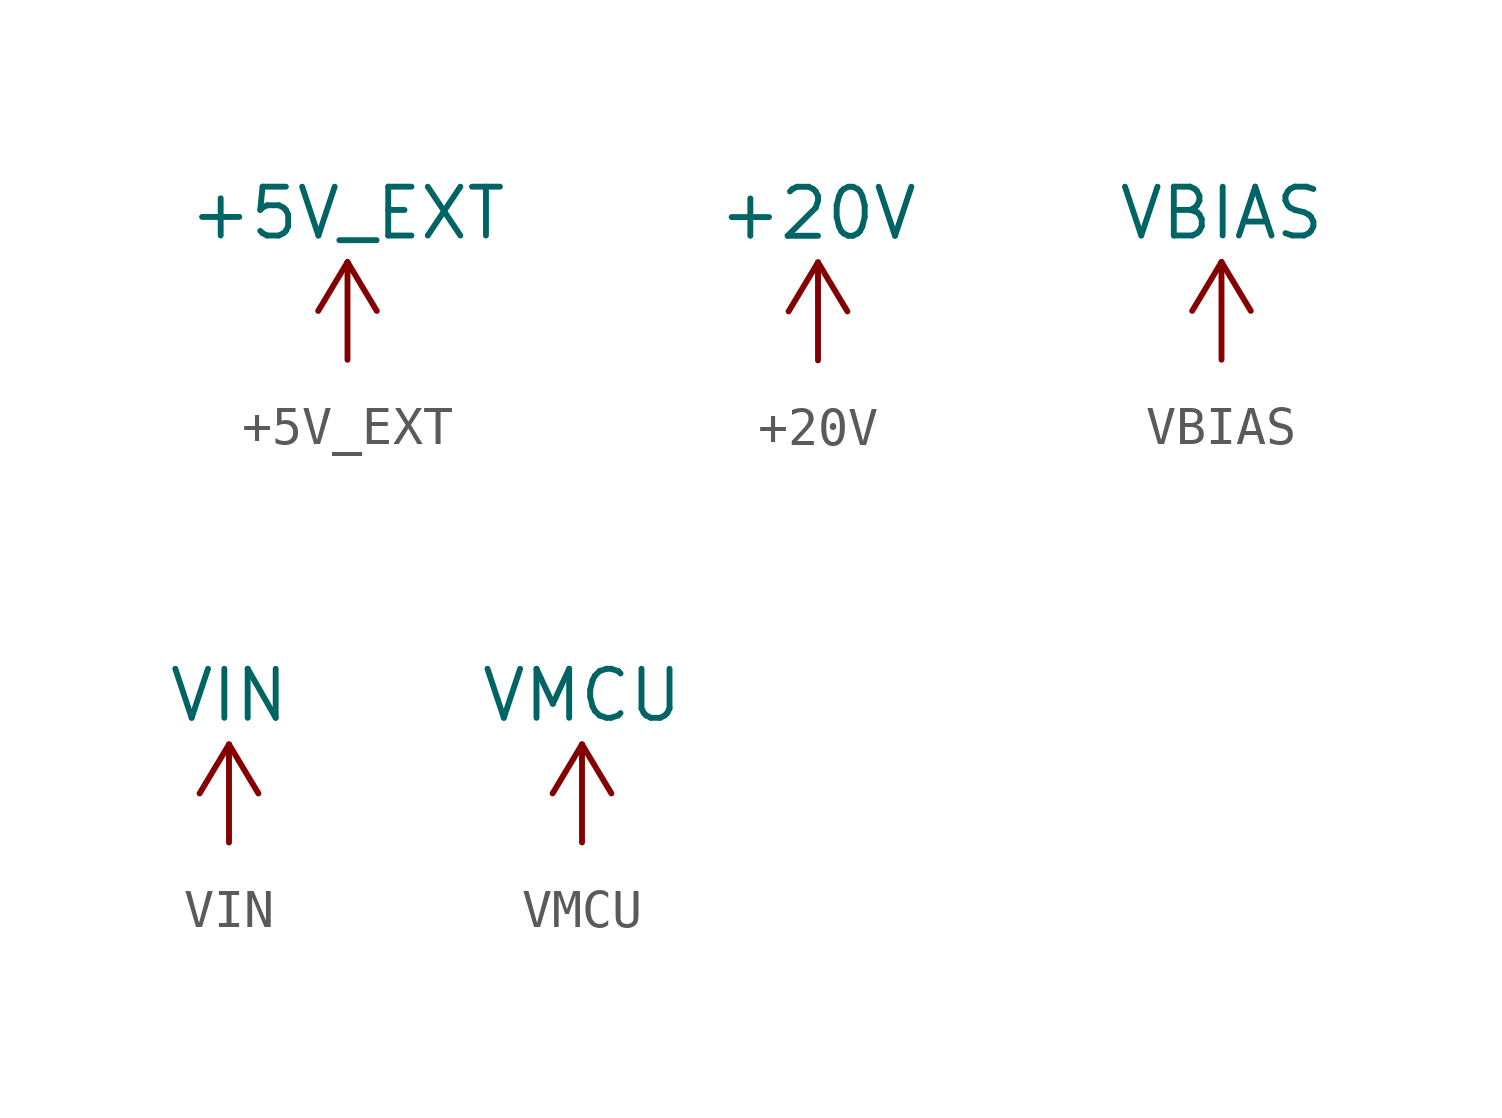
<source format=kicad_sym>
(kicad_symbol_lib
  (version 20220914)
  (generator kicad_symbol_editor)
  (symbol "+5V_EXT"
    (power)
    (pin_numbers hide)
    (property "Reference" "#PWR"
      (at -6.985 3.81 0)
      (effects (font (size 1.27 1.27)) hide))
    (property "Value" "+5V_EXT"
      (at 0 3.81 0)
      (effects (font (size 1.27 1.27))))
    (symbol "+5V_EXT_0_1"
      (polyline (pts (xy 0 0) (xy 0 2.54)) (stroke (width 0) (type default)) (fill (type none)))
      (polyline (pts (xy 0 2.54) (xy -0.762 1.27)) (stroke (width 0) (type default)) (fill (type none)))
      (polyline (pts (xy 0 2.54) (xy 0.762 1.27)) (stroke (width 0) (type default)) (fill (type none))))
    (symbol "+5V_EXT_1_1"
      (pin power_in line (at 0 0 90) (length 0) hide (name "+5V_EXT" (effects (font (size 1.27 1.27)))) (number "1" (effects (font (size 1.27 1.27)))))))
  (symbol "+20V"
    (power)
    (pin_numbers hide)
    (property "Reference" "#PWR"
      (at -6.985 3.81 0)
      (effects (font (size 1.27 1.27)) hide))
    (property "Value" "+20V"
      (at 0 3.81 0)
      (effects (font (size 1.27 1.27))))
    (symbol "+20V_0_1"
      (polyline (pts (xy 0 0) (xy 0 2.54)) (stroke (width 0) (type default)) (fill (type none)))
      (polyline (pts (xy 0 2.54) (xy -0.762 1.27)) (stroke (width 0) (type default)) (fill (type none)))
      (polyline (pts (xy 0 2.54) (xy 0.762 1.27)) (stroke (width 0) (type default)) (fill (type none))))
    (symbol "+20V_1_1"
      (pin power_in line (at 0 0 90) (length 0) hide (name "+20V" (effects (font (size 1.27 1.27)))) (number "1" (effects (font (size 1.27 1.27)))))))
  (symbol "VBIAS"
    (power)
    (pin_numbers hide)
    (property "Reference" "#PWR"
      (at -6.985 3.81 0)
      (effects (font (size 1.27 1.27)) hide))
    (property "Value" "VBIAS"
      (at 0 3.81 0)
      (effects (font (size 1.27 1.27))))
    (symbol "VBIAS_0_1"
      (polyline (pts (xy 0 0) (xy 0 2.54)) (stroke (width 0) (type default)) (fill (type none)))
      (polyline (pts (xy 0 2.54) (xy -0.762 1.27)) (stroke (width 0) (type default)) (fill (type none)))
      (polyline (pts (xy 0 2.54) (xy 0.762 1.27)) (stroke (width 0) (type default)) (fill (type none))))
    (symbol "VBIAS_1_1"
      (pin power_in line (at 0 0 90) (length 0) hide (name "VBIAS" (effects (font (size 1.27 1.27)))) (number "1" (effects (font (size 1.27 1.27)))))))
  (symbol "VIN"
    (power)
    (property "Reference" "#PWR"
      (at 3.81 -0.635 0)
      (effects (font (size 1.27 1.27)) hide))
    (property "Value" "VIN"
      (at 0 3.81 0)
      (effects (font (size 1.27 1.27))))
    (symbol "VIN_0_1"
      (polyline (pts (xy 0 0) (xy 0 2.54)) (stroke (width 0) (type default)) (fill (type none)))
      (polyline (pts (xy 0 2.54) (xy -0.762 1.27)) (stroke (width 0) (type default)) (fill (type none)))
      (polyline (pts (xy 0 2.54) (xy 0.762 1.27)) (stroke (width 0) (type default)) (fill (type none))))
    (symbol "VIN_1_1"
      (pin power_in line (at 0 0 90) (length 0) hide (name "VIN" (effects (font (size 1.27 1.27)))) (number "1" (effects (font (size 1.27 1.27)))))))
  (symbol "VMCU"
    (power)
    (property "Reference" "#PWR?"
      (at 5.08 -1.27 0)
      (effects (font (size 1.27 1.27)) hide))
    (property "Value" "VMCU"
      (at 0 3.81 0)
      (effects (font (size 1.27 1.27))))
    (symbol "VMCU_0_1"
      (polyline (pts (xy 0 0) (xy 0 2.54)) (stroke (width 0) (type default)) (fill (type none)))
      (polyline (pts (xy 0 2.54) (xy -0.762 1.27)) (stroke (width 0) (type default)) (fill (type none)))
      (polyline (pts (xy 0 2.54) (xy 0.762 1.27)) (stroke (width 0) (type default)) (fill (type none))))
    (symbol "VMCU_1_1"
      (pin power_in line (at 0 0 90) (length 2.54) hide (name "VMCU" (effects (font (size 1.27 1.27)))) (number "1" (effects (font (size 1.27 1.27))))))))
</source>
